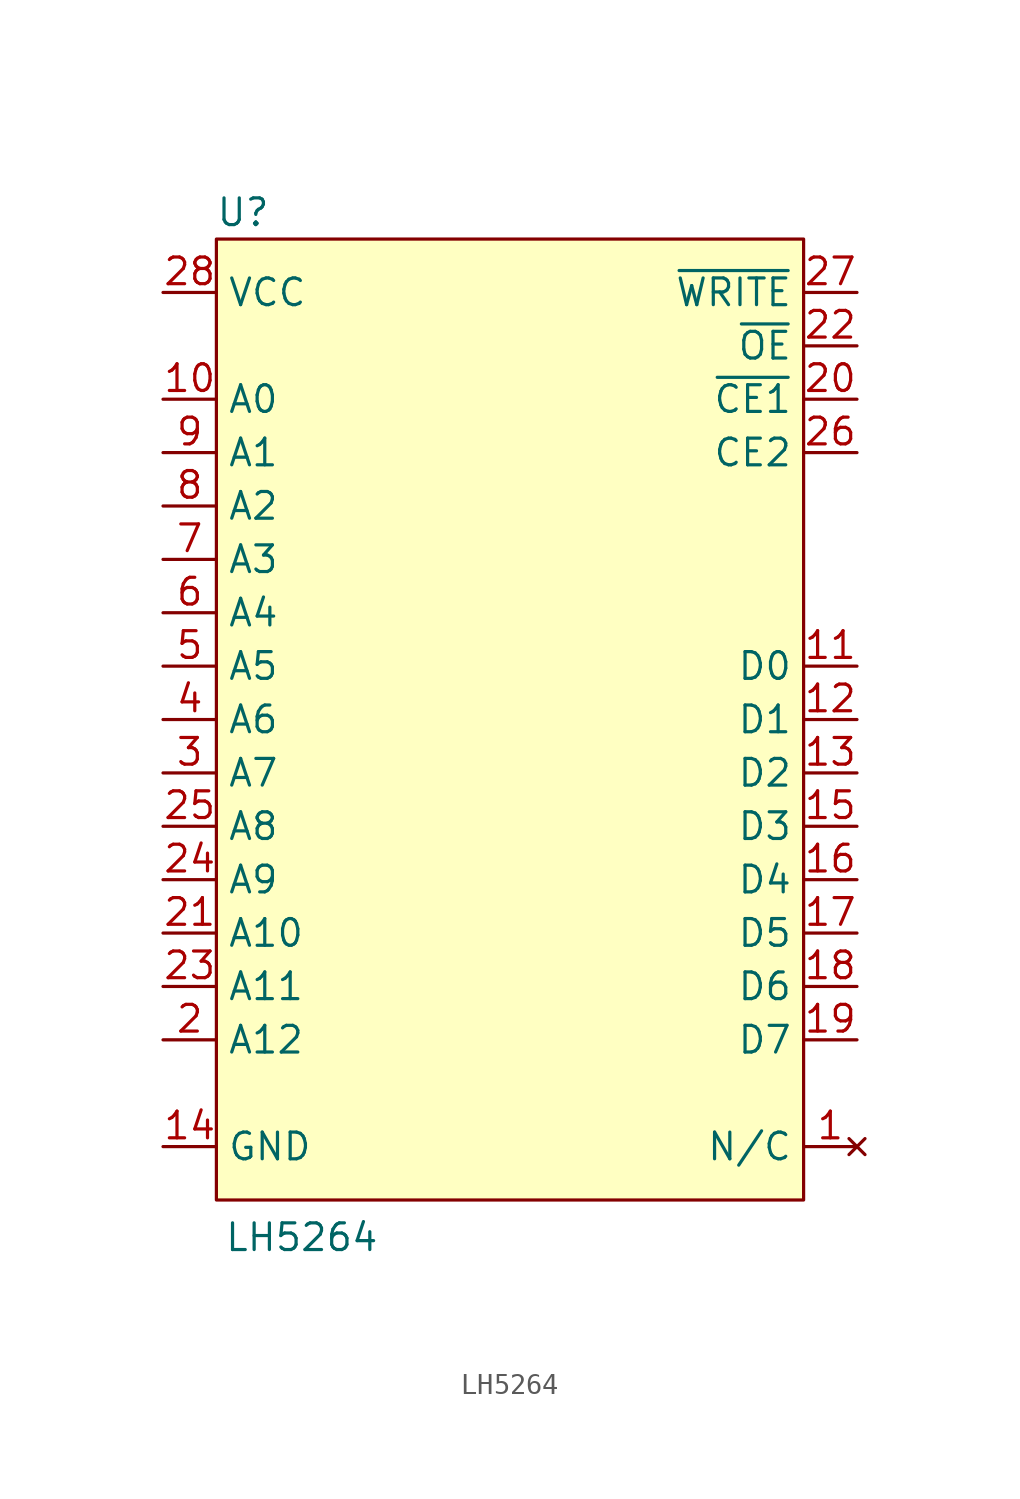
<source format=kicad_sym>
(kicad_symbol_lib
  (version 20241209)
  (generator "kicad_symbol_editor")
  (generator_version "9.0")
  (symbol "LH5264"
    (property "Reference" "U"
      (at 1.27 46.99 0)
      (effects (font (size 1.27 1.27))))
    (property "Value" "LH5264"
      (at 4.064 -1.778 0)
      (effects (font (size 1.27 1.27))))
    (symbol "LH5264_0_1"
      (rectangle (start 0 45.72) (end 27.94 0) (stroke (width 0) (type default)) (fill (type color) (color 255 255 194 1))))
    (symbol "LH5264_1_1"
      (pin power_in line (at -2.54 43.18 0) (length 2.54) (name "VCC" (effects (font (size 1.27 1.27)))) (number "28" (effects (font (size 1.27 1.27)))))
      (pin input line (at -2.54 38.1 0) (length 2.54) (name "A0" (effects (font (size 1.27 1.27)))) (number "10" (effects (font (size 1.27 1.27)))))
      (pin input line (at -2.54 35.56 0) (length 2.54) (name "A1" (effects (font (size 1.27 1.27)))) (number "9" (effects (font (size 1.27 1.27)))))
      (pin input line (at -2.54 33.02 0) (length 2.54) (name "A2" (effects (font (size 1.27 1.27)))) (number "8" (effects (font (size 1.27 1.27)))))
      (pin input line (at -2.54 30.48 0) (length 2.54) (name "A3" (effects (font (size 1.27 1.27)))) (number "7" (effects (font (size 1.27 1.27)))))
      (pin input line (at -2.54 27.94 0) (length 2.54) (name "A4" (effects (font (size 1.27 1.27)))) (number "6" (effects (font (size 1.27 1.27)))))
      (pin input line (at -2.54 25.4 0) (length 2.54) (name "A5" (effects (font (size 1.27 1.27)))) (number "5" (effects (font (size 1.27 1.27)))))
      (pin input line (at -2.54 22.86 0) (length 2.54) (name "A6" (effects (font (size 1.27 1.27)))) (number "4" (effects (font (size 1.27 1.27)))))
      (pin input line (at -2.54 20.32 0) (length 2.54) (name "A7" (effects (font (size 1.27 1.27)))) (number "3" (effects (font (size 1.27 1.27)))))
      (pin input line (at -2.54 17.78 0) (length 2.54) (name "A8" (effects (font (size 1.27 1.27)))) (number "25" (effects (font (size 1.27 1.27)))))
      (pin input line (at -2.54 15.24 0) (length 2.54) (name "A9" (effects (font (size 1.27 1.27)))) (number "24" (effects (font (size 1.27 1.27)))))
      (pin input line (at -2.54 12.7 0) (length 2.54) (name "A10" (effects (font (size 1.27 1.27)))) (number "21" (effects (font (size 1.27 1.27)))))
      (pin input line (at -2.54 10.16 0) (length 2.54) (name "A11" (effects (font (size 1.27 1.27)))) (number "23" (effects (font (size 1.27 1.27)))))
      (pin input line (at -2.54 7.62 0) (length 2.54) (name "A12" (effects (font (size 1.27 1.27)))) (number "2" (effects (font (size 1.27 1.27)))))
      (pin power_in line (at -2.54 2.54 0) (length 2.54) (name "GND" (effects (font (size 1.27 1.27)))) (number "14" (effects (font (size 1.27 1.27)))))
      (pin input line (at 30.48 43.18 180) (length 2.54) (name "~{WRITE}" (effects (font (size 1.27 1.27)))) (number "27" (effects (font (size 1.27 1.27)))))
      (pin input line (at 30.48 40.64 180) (length 2.54) (name "~{OE}" (effects (font (size 1.27 1.27)))) (number "22" (effects (font (size 1.27 1.27)))))
      (pin input line (at 30.48 38.1 180) (length 2.54) (name "~{CE1}" (effects (font (size 1.27 1.27)))) (number "20" (effects (font (size 1.27 1.27)))))
      (pin input line (at 30.48 35.56 180) (length 2.54) (name "CE2" (effects (font (size 1.27 1.27)))) (number "26" (effects (font (size 1.27 1.27)))))
      (pin bidirectional line (at 30.48 25.4 180) (length 2.54) (name "D0" (effects (font (size 1.27 1.27)))) (number "11" (effects (font (size 1.27 1.27)))))
      (pin bidirectional line (at 30.48 22.86 180) (length 2.54) (name "D1" (effects (font (size 1.27 1.27)))) (number "12" (effects (font (size 1.27 1.27)))))
      (pin bidirectional line (at 30.48 20.32 180) (length 2.54) (name "D2" (effects (font (size 1.27 1.27)))) (number "13" (effects (font (size 1.27 1.27)))))
      (pin bidirectional line (at 30.48 17.78 180) (length 2.54) (name "D3" (effects (font (size 1.27 1.27)))) (number "15" (effects (font (size 1.27 1.27)))))
      (pin bidirectional line (at 30.48 15.24 180) (length 2.54) (name "D4" (effects (font (size 1.27 1.27)))) (number "16" (effects (font (size 1.27 1.27)))))
      (pin bidirectional line (at 30.48 12.7 180) (length 2.54) (name "D5" (effects (font (size 1.27 1.27)))) (number "17" (effects (font (size 1.27 1.27)))))
      (pin bidirectional line (at 30.48 10.16 180) (length 2.54) (name "D6" (effects (font (size 1.27 1.27)))) (number "18" (effects (font (size 1.27 1.27)))))
      (pin bidirectional line (at 30.48 7.62 180) (length 2.54) (name "D7" (effects (font (size 1.27 1.27)))) (number "19" (effects (font (size 1.27 1.27)))))
      (pin no_connect line (at 30.48 2.54 180) (length 2.54) (name "N/C" (effects (font (size 1.27 1.27)))) (number "1" (effects (font (size 1.27 1.27))))))))
</source>
